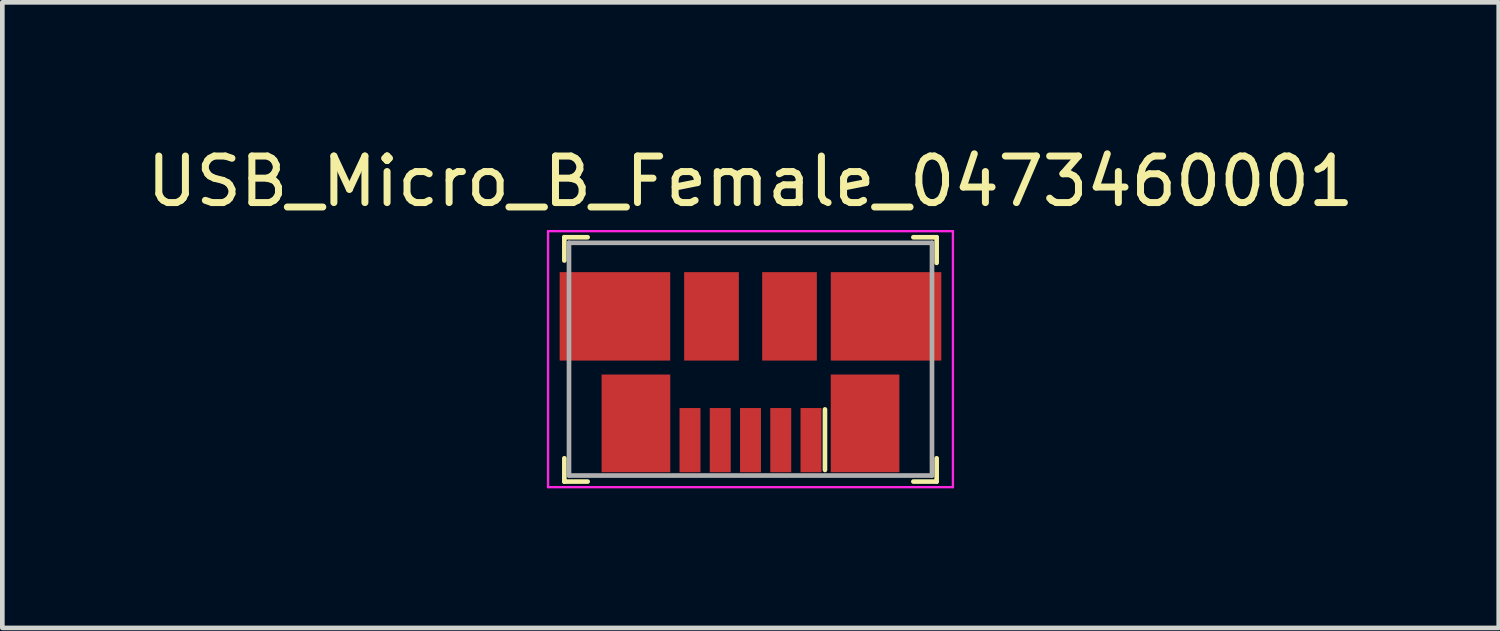
<source format=kicad_pcb>
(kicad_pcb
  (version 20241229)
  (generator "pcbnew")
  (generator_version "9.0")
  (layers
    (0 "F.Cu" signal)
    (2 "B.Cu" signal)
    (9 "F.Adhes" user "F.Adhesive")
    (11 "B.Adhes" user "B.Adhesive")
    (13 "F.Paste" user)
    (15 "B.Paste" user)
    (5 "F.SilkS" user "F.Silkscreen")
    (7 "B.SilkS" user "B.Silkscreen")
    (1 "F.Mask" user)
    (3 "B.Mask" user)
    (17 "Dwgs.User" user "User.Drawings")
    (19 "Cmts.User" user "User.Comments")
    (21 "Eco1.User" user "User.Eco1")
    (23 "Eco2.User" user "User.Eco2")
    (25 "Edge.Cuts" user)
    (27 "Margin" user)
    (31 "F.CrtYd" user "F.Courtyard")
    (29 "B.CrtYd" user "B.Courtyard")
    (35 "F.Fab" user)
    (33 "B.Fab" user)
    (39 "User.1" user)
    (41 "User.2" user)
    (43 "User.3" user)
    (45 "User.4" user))
  (footprint "USB_Micro_B_Female_0473460001"
    (layer "F.Cu")
    (at 13.077 3.748)
    (property "Reference" "USB_Micro_B_Female_0473460001" (at 0 -2.9 0) (layer "F.SilkS") (effects (font (size 1 1) (thickness 0.15))))
    (attr smd)
    (fp_line (start -4 -1.7) (end -4 -1.2) (stroke (width 0.1) (type solid)) (layer "F.SilkS"))
    (fp_line (start -4 -1.7) (end -3.5 -1.7) (stroke (width 0.1) (type solid)) (layer "F.SilkS"))
    (fp_line (start -4 3.55) (end -4 3.05) (stroke (width 0.1) (type solid)) (layer "F.SilkS"))
    (fp_line (start -4 3.55) (end -3.5 3.55) (stroke (width 0.1) (type solid)) (layer "F.SilkS"))
    (fp_line (start 1.6 3.3) (end 1.6 2) (stroke (width 0.1) (type solid)) (layer "F.SilkS"))
    (fp_line (start 4 -1.7) (end 3.5 -1.7) (stroke (width 0.1) (type solid)) (layer "F.SilkS"))
    (fp_line (start 4 -1.7) (end 4 -1.15) (stroke (width 0.1) (type solid)) (layer "F.SilkS"))
    (fp_line (start 4 3.55) (end 3.5 3.55) (stroke (width 0.1) (type solid)) (layer "F.SilkS"))
    (fp_line (start 4 3.55) (end 4 3.05) (stroke (width 0.1) (type solid)) (layer "F.SilkS"))
    (fp_line (start -4.35 -1.83) (end -4.35 3.67) (stroke (width 0.05) (type solid)) (layer "F.CrtYd"))
    (fp_line (start 4.35 -1.83) (end -4.35 -1.83) (stroke (width 0.05) (type solid)) (layer "F.CrtYd"))
    (fp_line (start 4.35 -1.83) (end 4.35 3.67) (stroke (width 0.05) (type solid)) (layer "F.CrtYd"))
    (fp_line (start 4.35 3.67) (end -4.35 3.67) (stroke (width 0.05) (type solid)) (layer "F.CrtYd"))
    (fp_line (start -3.9 3.42) (end -3.9 -1.58) (stroke (width 0.1) (type solid)) (layer "F.Fab"))
    (fp_line (start 3.9 -1.58) (end -3.9 -1.58) (stroke (width 0.1) (type solid)) (layer "F.Fab"))
    (fp_line (start 3.9 3.42) (end -3.9 3.42) (stroke (width 0.1) (type solid)) (layer "F.Fab"))
    (fp_line (start 3.9 3.42) (end 3.9 -1.58) (stroke (width 0.1) (type solid)) (layer "F.Fab"))
    (pad "1" smd rect (at 1.3 2.66 270) (size 1.38 0.45) (layers "F.Cu" "F.Mask" "F.Paste"))
    (pad "2" smd rect (at 0.65 2.66 270) (size 1.38 0.45) (layers "F.Cu" "F.Mask" "F.Paste"))
    (pad "3" smd rect (at 0 2.66 270) (size 1.38 0.45) (layers "F.Cu" "F.Mask" "F.Paste"))
    (pad "4" smd rect (at -0.65 2.66 270) (size 1.38 0.45) (layers "F.Cu" "F.Mask" "F.Paste"))
    (pad "5" smd rect (at -1.3 2.66 270) (size 1.38 0.45) (layers "F.Cu" "F.Mask" "F.Paste"))
    (pad "6" smd rect (at -2.913 0 270) (size 1.9 2.375) (layers "F.Cu" "F.Mask" "F.Paste"))
    (pad "6" smd rect (at -2.462 2.3 270) (size 2.1 1.475) (layers "F.Cu" "F.Mask" "F.Paste"))
    (pad "6" smd rect (at -0.838 0 270) (size 1.9 1.175) (layers "F.Cu" "F.Mask" "F.Paste"))
    (pad "6" smd rect (at 0.838 0 270) (size 1.9 1.175) (layers "F.Cu" "F.Mask" "F.Paste"))
    (pad "6" smd rect (at 2.462 2.3 270) (size 2.1 1.475) (layers "F.Cu" "F.Mask" "F.Paste"))
    (pad "6" smd rect (at 2.913 0 270) (size 1.9 2.375) (layers "F.Cu" "F.Mask" "F.Paste")))
  (gr_rect
    (start -3 -3)
    (end 29.155 10.443)
    (stroke (width 0.1) (type default))
    (fill no)
    (layer "Edge.Cuts")))
</source>
